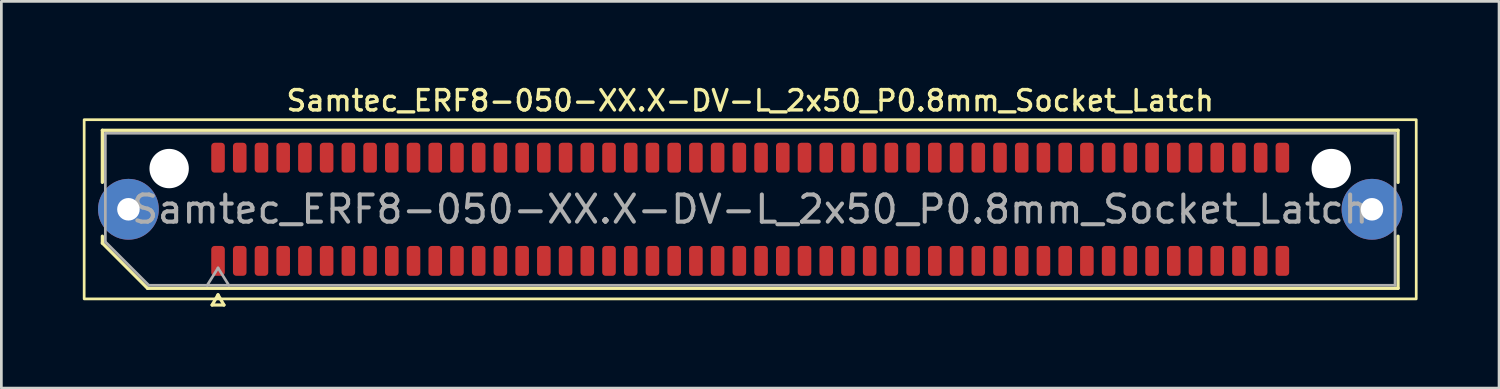
<source format=kicad_pcb>
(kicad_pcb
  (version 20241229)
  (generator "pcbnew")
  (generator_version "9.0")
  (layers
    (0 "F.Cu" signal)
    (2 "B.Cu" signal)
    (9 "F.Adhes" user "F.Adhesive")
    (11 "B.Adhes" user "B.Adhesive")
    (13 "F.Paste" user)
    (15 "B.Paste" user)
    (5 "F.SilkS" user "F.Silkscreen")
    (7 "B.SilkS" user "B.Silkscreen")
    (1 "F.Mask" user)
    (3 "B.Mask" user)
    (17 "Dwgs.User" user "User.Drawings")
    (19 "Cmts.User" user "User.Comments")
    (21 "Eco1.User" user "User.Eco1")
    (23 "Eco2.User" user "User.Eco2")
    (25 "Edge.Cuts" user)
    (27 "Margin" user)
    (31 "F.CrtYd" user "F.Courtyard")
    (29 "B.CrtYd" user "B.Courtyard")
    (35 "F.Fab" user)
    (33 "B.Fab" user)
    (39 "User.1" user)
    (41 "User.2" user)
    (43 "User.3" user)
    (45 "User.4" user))
  (footprint "Samtec_ERF8-050-XX.X-DV-L_2x50_P0.8mm_Socket_Latch"
    (layer "F.Cu")
    (at 24.58 4.658)
    (property "Reference" "Samtec_ERF8-050-XX.X-DV-L_2x50_P0.8mm_Socket_Latch" (at 0 -4 0) (layer "F.SilkS") (effects (font (size 0.75 0.75) (thickness 0.125))))
    (attr smd)
    (fp_line (start -23.86 -2.91) (end 23.86 -2.91) (stroke (width 0.12) (type solid)) (layer "F.SilkS"))
    (fp_line (start -23.86 -0.991) (end -23.86 -2.91) (stroke (width 0.12) (type solid)) (layer "F.SilkS"))
    (fp_line (start -23.86 1.246) (end -23.86 0.991) (stroke (width 0.12) (type solid)) (layer "F.SilkS"))
    (fp_line (start -22.196 2.91) (end -23.86 1.246) (stroke (width 0.12) (type solid)) (layer "F.SilkS"))
    (fp_line (start -19.817 3.525) (end -19.6 3.15) (stroke (width 0.12) (type solid)) (layer "F.SilkS"))
    (fp_line (start -19.6 3.15) (end -19.383 3.525) (stroke (width 0.12) (type solid)) (layer "F.SilkS"))
    (fp_line (start -19.383 3.525) (end -19.817 3.525) (stroke (width 0.12) (type solid)) (layer "F.SilkS"))
    (fp_line (start 23.86 -2.91) (end 23.86 -0.991) (stroke (width 0.12) (type solid)) (layer "F.SilkS"))
    (fp_line (start 23.86 0.991) (end 23.86 2.91) (stroke (width 0.12) (type solid)) (layer "F.SilkS"))
    (fp_line (start 23.86 2.91) (end -22.196 2.91) (stroke (width 0.12) (type solid)) (layer "F.SilkS"))
    (fp_rect (start -24.53 -3.3) (end 24.53 3.3) (stroke (width 0.1) (type solid)) (fill no) (layer "F.SilkS"))
    (fp_line (start -23.75 -2.8) (end 23.75 -2.8) (stroke (width 0.1) (type solid)) (layer "F.Fab"))
    (fp_line (start -23.75 1.2) (end -23.75 -2.8) (stroke (width 0.1) (type solid)) (layer "F.Fab"))
    (fp_line (start -22.15 2.8) (end -23.75 1.2) (stroke (width 0.1) (type solid)) (layer "F.Fab"))
    (fp_line (start -20 2.8) (end -19.6 2.16) (stroke (width 0.1) (type solid)) (layer "F.Fab"))
    (fp_line (start -19.6 2.16) (end -19.2 2.8) (stroke (width 0.1) (type solid)) (layer "F.Fab"))
    (fp_line (start 23.75 -2.8) (end 23.75 2.8) (stroke (width 0.1) (type solid)) (layer "F.Fab"))
    (fp_line (start 23.75 2.8) (end -22.15 2.8) (stroke (width 0.1) (type solid)) (layer "F.Fab"))
    (fp_text user "${REFERENCE}" (at 0 0 0) (layer "F.Fab") (effects (font (size 1 1) (thickness 0.15))))
    (pad "" thru_hole circle (at -22.9 0) (size 2.24 2.24) (drill 0.83) (layers "*.Cu" "*.Mask" "F.Paste"))
    (pad "" np_thru_hole circle (at -21.4 -1.5) (size 1.45 1.45) (drill 1.45) (layers "*.Cu" "*.Mask"))
    (pad "" np_thru_hole circle (at 21.4 -1.5) (size 1.45 1.45) (drill 1.45) (layers "*.Cu" "*.Mask"))
    (pad "" thru_hole circle (at 22.9 0) (size 2.24 2.24) (drill 0.83) (layers "*.Cu" "*.Mask" "F.Paste"))
    (pad "1" smd roundrect (at -19.6 1.9) (size 0.5 1.1) (layers "F.Cu" "F.Mask" "F.Paste") (roundrect_rratio 0.25))
    (pad "2" smd roundrect (at -19.6 -1.9) (size 0.5 1.1) (layers "F.Cu" "F.Mask" "F.Paste") (roundrect_rratio 0.25))
    (pad "3" smd roundrect (at -18.8 1.9) (size 0.5 1.1) (layers "F.Cu" "F.Mask" "F.Paste") (roundrect_rratio 0.25))
    (pad "4" smd roundrect (at -18.8 -1.9) (size 0.5 1.1) (layers "F.Cu" "F.Mask" "F.Paste") (roundrect_rratio 0.25))
    (pad "5" smd roundrect (at -18 1.9) (size 0.5 1.1) (layers "F.Cu" "F.Mask" "F.Paste") (roundrect_rratio 0.25))
    (pad "6" smd roundrect (at -18 -1.9) (size 0.5 1.1) (layers "F.Cu" "F.Mask" "F.Paste") (roundrect_rratio 0.25))
    (pad "7" smd roundrect (at -17.2 1.9) (size 0.5 1.1) (layers "F.Cu" "F.Mask" "F.Paste") (roundrect_rratio 0.25))
    (pad "8" smd roundrect (at -17.2 -1.9) (size 0.5 1.1) (layers "F.Cu" "F.Mask" "F.Paste") (roundrect_rratio 0.25))
    (pad "9" smd roundrect (at -16.4 1.9) (size 0.5 1.1) (layers "F.Cu" "F.Mask" "F.Paste") (roundrect_rratio 0.25))
    (pad "10" smd roundrect (at -16.4 -1.9) (size 0.5 1.1) (layers "F.Cu" "F.Mask" "F.Paste") (roundrect_rratio 0.25))
    (pad "11" smd roundrect (at -15.6 1.9) (size 0.5 1.1) (layers "F.Cu" "F.Mask" "F.Paste") (roundrect_rratio 0.25))
    (pad "12" smd roundrect (at -15.6 -1.9) (size 0.5 1.1) (layers "F.Cu" "F.Mask" "F.Paste") (roundrect_rratio 0.25))
    (pad "13" smd roundrect (at -14.8 1.9) (size 0.5 1.1) (layers "F.Cu" "F.Mask" "F.Paste") (roundrect_rratio 0.25))
    (pad "14" smd roundrect (at -14.8 -1.9) (size 0.5 1.1) (layers "F.Cu" "F.Mask" "F.Paste") (roundrect_rratio 0.25))
    (pad "15" smd roundrect (at -14 1.9) (size 0.5 1.1) (layers "F.Cu" "F.Mask" "F.Paste") (roundrect_rratio 0.25))
    (pad "16" smd roundrect (at -14 -1.9) (size 0.5 1.1) (layers "F.Cu" "F.Mask" "F.Paste") (roundrect_rratio 0.25))
    (pad "17" smd roundrect (at -13.2 1.9) (size 0.5 1.1) (layers "F.Cu" "F.Mask" "F.Paste") (roundrect_rratio 0.25))
    (pad "18" smd roundrect (at -13.2 -1.9) (size 0.5 1.1) (layers "F.Cu" "F.Mask" "F.Paste") (roundrect_rratio 0.25))
    (pad "19" smd roundrect (at -12.4 1.9) (size 0.5 1.1) (layers "F.Cu" "F.Mask" "F.Paste") (roundrect_rratio 0.25))
    (pad "20" smd roundrect (at -12.4 -1.9) (size 0.5 1.1) (layers "F.Cu" "F.Mask" "F.Paste") (roundrect_rratio 0.25))
    (pad "21" smd roundrect (at -11.6 1.9) (size 0.5 1.1) (layers "F.Cu" "F.Mask" "F.Paste") (roundrect_rratio 0.25))
    (pad "22" smd roundrect (at -11.6 -1.9) (size 0.5 1.1) (layers "F.Cu" "F.Mask" "F.Paste") (roundrect_rratio 0.25))
    (pad "23" smd roundrect (at -10.8 1.9) (size 0.5 1.1) (layers "F.Cu" "F.Mask" "F.Paste") (roundrect_rratio 0.25))
    (pad "24" smd roundrect (at -10.8 -1.9) (size 0.5 1.1) (layers "F.Cu" "F.Mask" "F.Paste") (roundrect_rratio 0.25))
    (pad "25" smd roundrect (at -10 1.9) (size 0.5 1.1) (layers "F.Cu" "F.Mask" "F.Paste") (roundrect_rratio 0.25))
    (pad "26" smd roundrect (at -10 -1.9) (size 0.5 1.1) (layers "F.Cu" "F.Mask" "F.Paste") (roundrect_rratio 0.25))
    (pad "27" smd roundrect (at -9.2 1.9) (size 0.5 1.1) (layers "F.Cu" "F.Mask" "F.Paste") (roundrect_rratio 0.25))
    (pad "28" smd roundrect (at -9.2 -1.9) (size 0.5 1.1) (layers "F.Cu" "F.Mask" "F.Paste") (roundrect_rratio 0.25))
    (pad "29" smd roundrect (at -8.4 1.9) (size 0.5 1.1) (layers "F.Cu" "F.Mask" "F.Paste") (roundrect_rratio 0.25))
    (pad "30" smd roundrect (at -8.4 -1.9) (size 0.5 1.1) (layers "F.Cu" "F.Mask" "F.Paste") (roundrect_rratio 0.25))
    (pad "31" smd roundrect (at -7.6 1.9) (size 0.5 1.1) (layers "F.Cu" "F.Mask" "F.Paste") (roundrect_rratio 0.25))
    (pad "32" smd roundrect (at -7.6 -1.9) (size 0.5 1.1) (layers "F.Cu" "F.Mask" "F.Paste") (roundrect_rratio 0.25))
    (pad "33" smd roundrect (at -6.8 1.9) (size 0.5 1.1) (layers "F.Cu" "F.Mask" "F.Paste") (roundrect_rratio 0.25))
    (pad "34" smd roundrect (at -6.8 -1.9) (size 0.5 1.1) (layers "F.Cu" "F.Mask" "F.Paste") (roundrect_rratio 0.25))
    (pad "35" smd roundrect (at -6 1.9) (size 0.5 1.1) (layers "F.Cu" "F.Mask" "F.Paste") (roundrect_rratio 0.25))
    (pad "36" smd roundrect (at -6 -1.9) (size 0.5 1.1) (layers "F.Cu" "F.Mask" "F.Paste") (roundrect_rratio 0.25))
    (pad "37" smd roundrect (at -5.2 1.9) (size 0.5 1.1) (layers "F.Cu" "F.Mask" "F.Paste") (roundrect_rratio 0.25))
    (pad "38" smd roundrect (at -5.2 -1.9) (size 0.5 1.1) (layers "F.Cu" "F.Mask" "F.Paste") (roundrect_rratio 0.25))
    (pad "39" smd roundrect (at -4.4 1.9) (size 0.5 1.1) (layers "F.Cu" "F.Mask" "F.Paste") (roundrect_rratio 0.25))
    (pad "40" smd roundrect (at -4.4 -1.9) (size 0.5 1.1) (layers "F.Cu" "F.Mask" "F.Paste") (roundrect_rratio 0.25))
    (pad "41" smd roundrect (at -3.6 1.9) (size 0.5 1.1) (layers "F.Cu" "F.Mask" "F.Paste") (roundrect_rratio 0.25))
    (pad "42" smd roundrect (at -3.6 -1.9) (size 0.5 1.1) (layers "F.Cu" "F.Mask" "F.Paste") (roundrect_rratio 0.25))
    (pad "43" smd roundrect (at -2.8 1.9) (size 0.5 1.1) (layers "F.Cu" "F.Mask" "F.Paste") (roundrect_rratio 0.25))
    (pad "44" smd roundrect (at -2.8 -1.9) (size 0.5 1.1) (layers "F.Cu" "F.Mask" "F.Paste") (roundrect_rratio 0.25))
    (pad "45" smd roundrect (at -2 1.9) (size 0.5 1.1) (layers "F.Cu" "F.Mask" "F.Paste") (roundrect_rratio 0.25))
    (pad "46" smd roundrect (at -2 -1.9) (size 0.5 1.1) (layers "F.Cu" "F.Mask" "F.Paste") (roundrect_rratio 0.25))
    (pad "47" smd roundrect (at -1.2 1.9) (size 0.5 1.1) (layers "F.Cu" "F.Mask" "F.Paste") (roundrect_rratio 0.25))
    (pad "48" smd roundrect (at -1.2 -1.9) (size 0.5 1.1) (layers "F.Cu" "F.Mask" "F.Paste") (roundrect_rratio 0.25))
    (pad "49" smd roundrect (at -0.4 1.9) (size 0.5 1.1) (layers "F.Cu" "F.Mask" "F.Paste") (roundrect_rratio 0.25))
    (pad "50" smd roundrect (at -0.4 -1.9) (size 0.5 1.1) (layers "F.Cu" "F.Mask" "F.Paste") (roundrect_rratio 0.25))
    (pad "51" smd roundrect (at 0.4 1.9) (size 0.5 1.1) (layers "F.Cu" "F.Mask" "F.Paste") (roundrect_rratio 0.25))
    (pad "52" smd roundrect (at 0.4 -1.9) (size 0.5 1.1) (layers "F.Cu" "F.Mask" "F.Paste") (roundrect_rratio 0.25))
    (pad "53" smd roundrect (at 1.2 1.9) (size 0.5 1.1) (layers "F.Cu" "F.Mask" "F.Paste") (roundrect_rratio 0.25))
    (pad "54" smd roundrect (at 1.2 -1.9) (size 0.5 1.1) (layers "F.Cu" "F.Mask" "F.Paste") (roundrect_rratio 0.25))
    (pad "55" smd roundrect (at 2 1.9) (size 0.5 1.1) (layers "F.Cu" "F.Mask" "F.Paste") (roundrect_rratio 0.25))
    (pad "56" smd roundrect (at 2 -1.9) (size 0.5 1.1) (layers "F.Cu" "F.Mask" "F.Paste") (roundrect_rratio 0.25))
    (pad "57" smd roundrect (at 2.8 1.9) (size 0.5 1.1) (layers "F.Cu" "F.Mask" "F.Paste") (roundrect_rratio 0.25))
    (pad "58" smd roundrect (at 2.8 -1.9) (size 0.5 1.1) (layers "F.Cu" "F.Mask" "F.Paste") (roundrect_rratio 0.25))
    (pad "59" smd roundrect (at 3.6 1.9) (size 0.5 1.1) (layers "F.Cu" "F.Mask" "F.Paste") (roundrect_rratio 0.25))
    (pad "60" smd roundrect (at 3.6 -1.9) (size 0.5 1.1) (layers "F.Cu" "F.Mask" "F.Paste") (roundrect_rratio 0.25))
    (pad "61" smd roundrect (at 4.4 1.9) (size 0.5 1.1) (layers "F.Cu" "F.Mask" "F.Paste") (roundrect_rratio 0.25))
    (pad "62" smd roundrect (at 4.4 -1.9) (size 0.5 1.1) (layers "F.Cu" "F.Mask" "F.Paste") (roundrect_rratio 0.25))
    (pad "63" smd roundrect (at 5.2 1.9) (size 0.5 1.1) (layers "F.Cu" "F.Mask" "F.Paste") (roundrect_rratio 0.25))
    (pad "64" smd roundrect (at 5.2 -1.9) (size 0.5 1.1) (layers "F.Cu" "F.Mask" "F.Paste") (roundrect_rratio 0.25))
    (pad "65" smd roundrect (at 6 1.9) (size 0.5 1.1) (layers "F.Cu" "F.Mask" "F.Paste") (roundrect_rratio 0.25))
    (pad "66" smd roundrect (at 6 -1.9) (size 0.5 1.1) (layers "F.Cu" "F.Mask" "F.Paste") (roundrect_rratio 0.25))
    (pad "67" smd roundrect (at 6.8 1.9) (size 0.5 1.1) (layers "F.Cu" "F.Mask" "F.Paste") (roundrect_rratio 0.25))
    (pad "68" smd roundrect (at 6.8 -1.9) (size 0.5 1.1) (layers "F.Cu" "F.Mask" "F.Paste") (roundrect_rratio 0.25))
    (pad "69" smd roundrect (at 7.6 1.9) (size 0.5 1.1) (layers "F.Cu" "F.Mask" "F.Paste") (roundrect_rratio 0.25))
    (pad "70" smd roundrect (at 7.6 -1.9) (size 0.5 1.1) (layers "F.Cu" "F.Mask" "F.Paste") (roundrect_rratio 0.25))
    (pad "71" smd roundrect (at 8.4 1.9) (size 0.5 1.1) (layers "F.Cu" "F.Mask" "F.Paste") (roundrect_rratio 0.25))
    (pad "72" smd roundrect (at 8.4 -1.9) (size 0.5 1.1) (layers "F.Cu" "F.Mask" "F.Paste") (roundrect_rratio 0.25))
    (pad "73" smd roundrect (at 9.2 1.9) (size 0.5 1.1) (layers "F.Cu" "F.Mask" "F.Paste") (roundrect_rratio 0.25))
    (pad "74" smd roundrect (at 9.2 -1.9) (size 0.5 1.1) (layers "F.Cu" "F.Mask" "F.Paste") (roundrect_rratio 0.25))
    (pad "75" smd roundrect (at 10 1.9) (size 0.5 1.1) (layers "F.Cu" "F.Mask" "F.Paste") (roundrect_rratio 0.25))
    (pad "76" smd roundrect (at 10 -1.9) (size 0.5 1.1) (layers "F.Cu" "F.Mask" "F.Paste") (roundrect_rratio 0.25))
    (pad "77" smd roundrect (at 10.8 1.9) (size 0.5 1.1) (layers "F.Cu" "F.Mask" "F.Paste") (roundrect_rratio 0.25))
    (pad "78" smd roundrect (at 10.8 -1.9) (size 0.5 1.1) (layers "F.Cu" "F.Mask" "F.Paste") (roundrect_rratio 0.25))
    (pad "79" smd roundrect (at 11.6 1.9) (size 0.5 1.1) (layers "F.Cu" "F.Mask" "F.Paste") (roundrect_rratio 0.25))
    (pad "80" smd roundrect (at 11.6 -1.9) (size 0.5 1.1) (layers "F.Cu" "F.Mask" "F.Paste") (roundrect_rratio 0.25))
    (pad "81" smd roundrect (at 12.4 1.9) (size 0.5 1.1) (layers "F.Cu" "F.Mask" "F.Paste") (roundrect_rratio 0.25))
    (pad "82" smd roundrect (at 12.4 -1.9) (size 0.5 1.1) (layers "F.Cu" "F.Mask" "F.Paste") (roundrect_rratio 0.25))
    (pad "83" smd roundrect (at 13.2 1.9) (size 0.5 1.1) (layers "F.Cu" "F.Mask" "F.Paste") (roundrect_rratio 0.25))
    (pad "84" smd roundrect (at 13.2 -1.9) (size 0.5 1.1) (layers "F.Cu" "F.Mask" "F.Paste") (roundrect_rratio 0.25))
    (pad "85" smd roundrect (at 14 1.9) (size 0.5 1.1) (layers "F.Cu" "F.Mask" "F.Paste") (roundrect_rratio 0.25))
    (pad "86" smd roundrect (at 14 -1.9) (size 0.5 1.1) (layers "F.Cu" "F.Mask" "F.Paste") (roundrect_rratio 0.25))
    (pad "87" smd roundrect (at 14.8 1.9) (size 0.5 1.1) (layers "F.Cu" "F.Mask" "F.Paste") (roundrect_rratio 0.25))
    (pad "88" smd roundrect (at 14.8 -1.9) (size 0.5 1.1) (layers "F.Cu" "F.Mask" "F.Paste") (roundrect_rratio 0.25))
    (pad "89" smd roundrect (at 15.6 1.9) (size 0.5 1.1) (layers "F.Cu" "F.Mask" "F.Paste") (roundrect_rratio 0.25))
    (pad "90" smd roundrect (at 15.6 -1.9) (size 0.5 1.1) (layers "F.Cu" "F.Mask" "F.Paste") (roundrect_rratio 0.25))
    (pad "91" smd roundrect (at 16.4 1.9) (size 0.5 1.1) (layers "F.Cu" "F.Mask" "F.Paste") (roundrect_rratio 0.25))
    (pad "92" smd roundrect (at 16.4 -1.9) (size 0.5 1.1) (layers "F.Cu" "F.Mask" "F.Paste") (roundrect_rratio 0.25))
    (pad "93" smd roundrect (at 17.2 1.9) (size 0.5 1.1) (layers "F.Cu" "F.Mask" "F.Paste") (roundrect_rratio 0.25))
    (pad "94" smd roundrect (at 17.2 -1.9) (size 0.5 1.1) (layers "F.Cu" "F.Mask" "F.Paste") (roundrect_rratio 0.25))
    (pad "95" smd roundrect (at 18 1.9) (size 0.5 1.1) (layers "F.Cu" "F.Mask" "F.Paste") (roundrect_rratio 0.25))
    (pad "96" smd roundrect (at 18 -1.9) (size 0.5 1.1) (layers "F.Cu" "F.Mask" "F.Paste") (roundrect_rratio 0.25))
    (pad "97" smd roundrect (at 18.8 1.9) (size 0.5 1.1) (layers "F.Cu" "F.Mask" "F.Paste") (roundrect_rratio 0.25))
    (pad "98" smd roundrect (at 18.8 -1.9) (size 0.5 1.1) (layers "F.Cu" "F.Mask" "F.Paste") (roundrect_rratio 0.25))
    (pad "99" smd roundrect (at 19.6 1.9) (size 0.5 1.1) (layers "F.Cu" "F.Mask" "F.Paste") (roundrect_rratio 0.25))
    (pad "100" smd roundrect (at 19.6 -1.9) (size 0.5 1.1) (layers "F.Cu" "F.Mask" "F.Paste") (roundrect_rratio 0.25)))
  (gr_rect
    (start -3 -3)
    (end 52.16 11.243)
    (stroke (width 0.1) (type default))
    (fill no)
    (layer "Edge.Cuts")))
</source>
